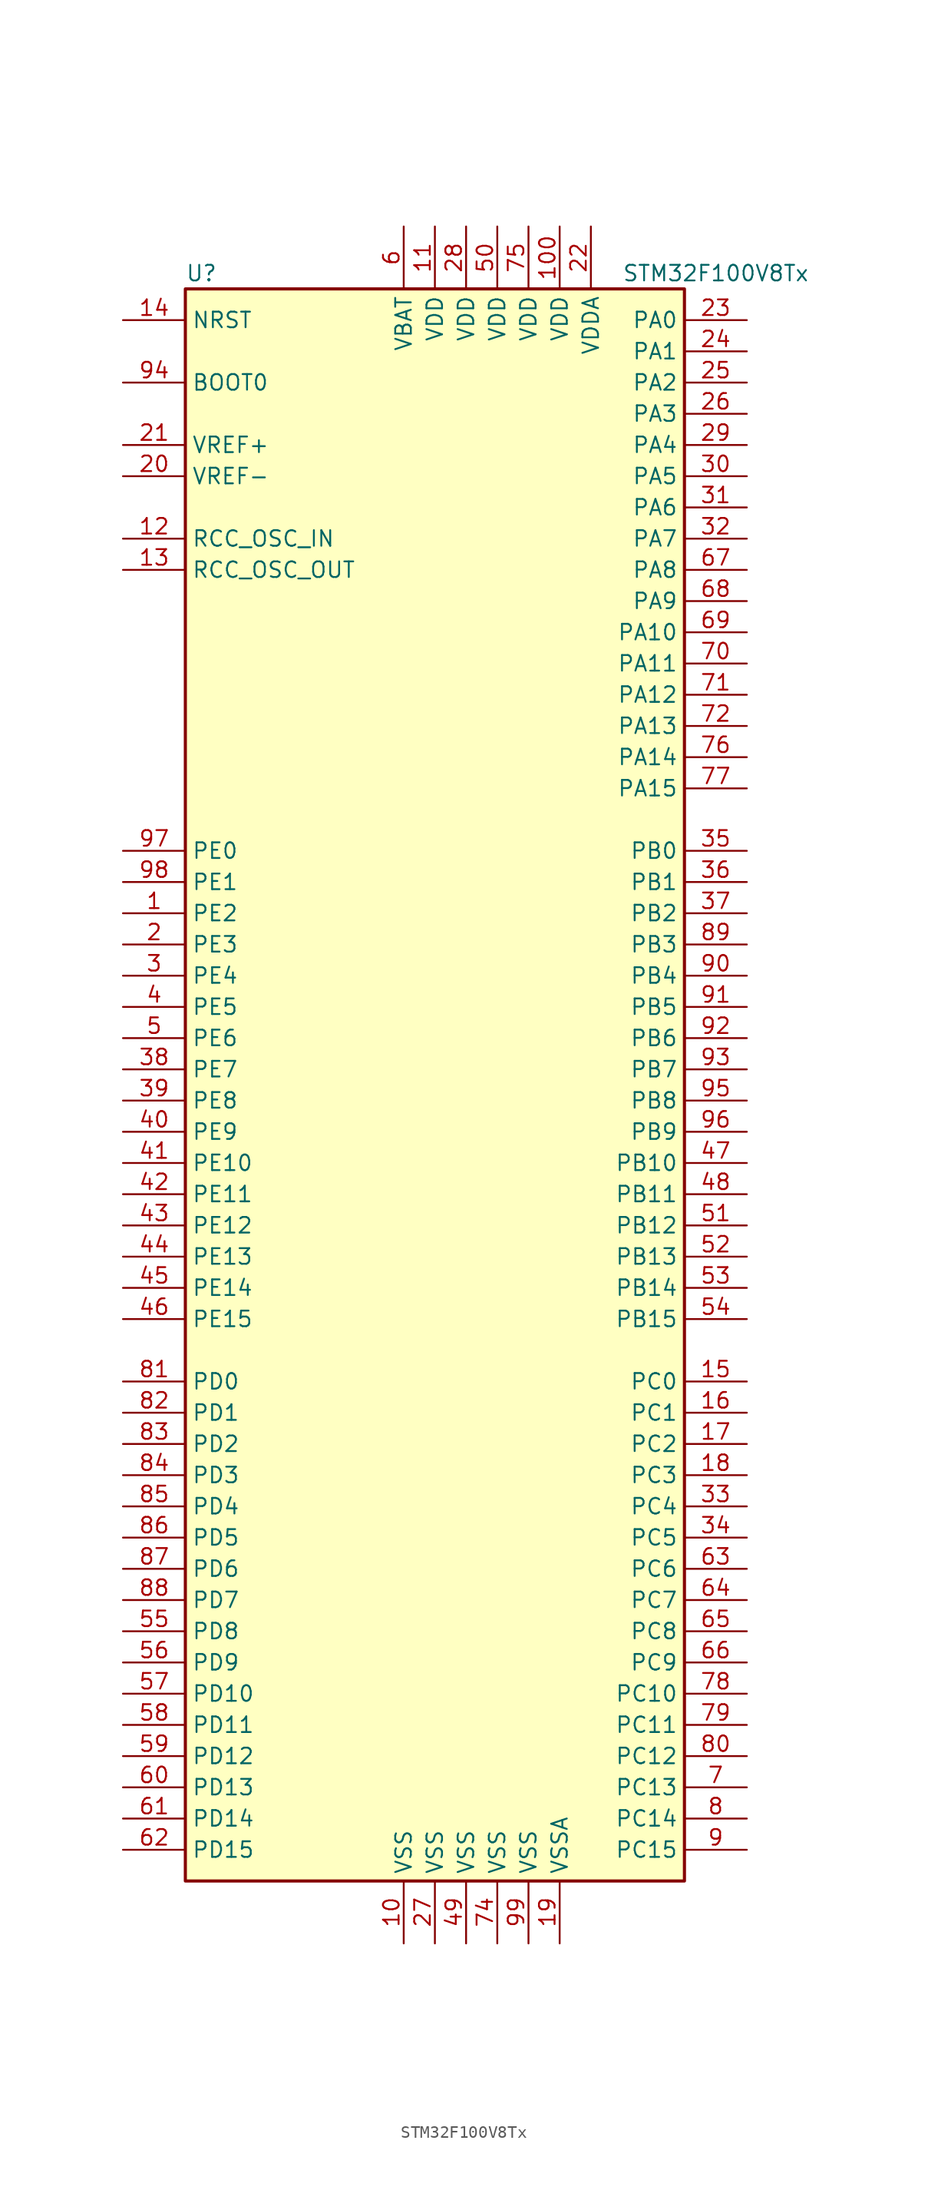
<source format=kicad_sym>
(kicad_symbol_lib
  (version 20201005)
  (generator kicad_symbol_editor)
  (symbol "STM32F100V8Tx"
    (property "Reference" "U"
      (at -20.32 64.77 0)
      (effects (font (size 1.27 1.27)) (justify left)))
    (property "Value" "STM32F100V8Tx"
      (at 15.24 64.77 0)
      (effects (font (size 1.27 1.27)) (justify left)))
    (symbol "STM32F100V8Tx_0_1"
      (rectangle (start -20.32 -66.04) (end 20.32 63.5) (stroke (width 0.254)) (fill (type background))))
    (symbol "STM32F100V8Tx_1_1"
      (pin input line (at -25.4 55.88 0) (length 5.08) (name "BOOT0" (effects (font (size 1.27 1.27)))) (number "94" (effects (font (size 1.27 1.27)))))
      (pin no_connect line (at -20.32 -63.5 0) (length 5.08) hide (name "NC" (effects (font (size 1.27 1.27)))) (number "73" (effects (font (size 1.27 1.27)))))
      (pin input line (at -25.4 60.96 0) (length 5.08) (name "NRST" (effects (font (size 1.27 1.27)))) (number "14" (effects (font (size 1.27 1.27)))))
      (pin bidirectional line (at 25.4 60.96 180) (length 5.08) (name "PA0" (effects (font (size 1.27 1.27)))) (number "23" (effects (font (size 1.27 1.27)))))
      (pin bidirectional line (at 25.4 58.42 180) (length 5.08) (name "PA1" (effects (font (size 1.27 1.27)))) (number "24" (effects (font (size 1.27 1.27)))))
      (pin bidirectional line (at 25.4 35.56 180) (length 5.08) (name "PA10" (effects (font (size 1.27 1.27)))) (number "69" (effects (font (size 1.27 1.27)))))
      (pin bidirectional line (at 25.4 33.02 180) (length 5.08) (name "PA11" (effects (font (size 1.27 1.27)))) (number "70" (effects (font (size 1.27 1.27)))))
      (pin bidirectional line (at 25.4 30.48 180) (length 5.08) (name "PA12" (effects (font (size 1.27 1.27)))) (number "71" (effects (font (size 1.27 1.27)))))
      (pin bidirectional line (at 25.4 27.94 180) (length 5.08) (name "PA13" (effects (font (size 1.27 1.27)))) (number "72" (effects (font (size 1.27 1.27)))))
      (pin bidirectional line (at 25.4 25.4 180) (length 5.08) (name "PA14" (effects (font (size 1.27 1.27)))) (number "76" (effects (font (size 1.27 1.27)))))
      (pin bidirectional line (at 25.4 22.86 180) (length 5.08) (name "PA15" (effects (font (size 1.27 1.27)))) (number "77" (effects (font (size 1.27 1.27)))))
      (pin bidirectional line (at 25.4 55.88 180) (length 5.08) (name "PA2" (effects (font (size 1.27 1.27)))) (number "25" (effects (font (size 1.27 1.27)))))
      (pin bidirectional line (at 25.4 53.34 180) (length 5.08) (name "PA3" (effects (font (size 1.27 1.27)))) (number "26" (effects (font (size 1.27 1.27)))))
      (pin bidirectional line (at 25.4 50.8 180) (length 5.08) (name "PA4" (effects (font (size 1.27 1.27)))) (number "29" (effects (font (size 1.27 1.27)))))
      (pin bidirectional line (at 25.4 48.26 180) (length 5.08) (name "PA5" (effects (font (size 1.27 1.27)))) (number "30" (effects (font (size 1.27 1.27)))))
      (pin bidirectional line (at 25.4 45.72 180) (length 5.08) (name "PA6" (effects (font (size 1.27 1.27)))) (number "31" (effects (font (size 1.27 1.27)))))
      (pin bidirectional line (at 25.4 43.18 180) (length 5.08) (name "PA7" (effects (font (size 1.27 1.27)))) (number "32" (effects (font (size 1.27 1.27)))))
      (pin bidirectional line (at 25.4 40.64 180) (length 5.08) (name "PA8" (effects (font (size 1.27 1.27)))) (number "67" (effects (font (size 1.27 1.27)))))
      (pin bidirectional line (at 25.4 38.1 180) (length 5.08) (name "PA9" (effects (font (size 1.27 1.27)))) (number "68" (effects (font (size 1.27 1.27)))))
      (pin bidirectional line (at 25.4 17.78 180) (length 5.08) (name "PB0" (effects (font (size 1.27 1.27)))) (number "35" (effects (font (size 1.27 1.27)))))
      (pin bidirectional line (at 25.4 15.24 180) (length 5.08) (name "PB1" (effects (font (size 1.27 1.27)))) (number "36" (effects (font (size 1.27 1.27)))))
      (pin bidirectional line (at 25.4 -7.62 180) (length 5.08) (name "PB10" (effects (font (size 1.27 1.27)))) (number "47" (effects (font (size 1.27 1.27)))))
      (pin bidirectional line (at 25.4 -10.16 180) (length 5.08) (name "PB11" (effects (font (size 1.27 1.27)))) (number "48" (effects (font (size 1.27 1.27)))))
      (pin bidirectional line (at 25.4 -12.7 180) (length 5.08) (name "PB12" (effects (font (size 1.27 1.27)))) (number "51" (effects (font (size 1.27 1.27)))))
      (pin bidirectional line (at 25.4 -15.24 180) (length 5.08) (name "PB13" (effects (font (size 1.27 1.27)))) (number "52" (effects (font (size 1.27 1.27)))))
      (pin bidirectional line (at 25.4 -17.78 180) (length 5.08) (name "PB14" (effects (font (size 1.27 1.27)))) (number "53" (effects (font (size 1.27 1.27)))))
      (pin bidirectional line (at 25.4 -20.32 180) (length 5.08) (name "PB15" (effects (font (size 1.27 1.27)))) (number "54" (effects (font (size 1.27 1.27)))))
      (pin bidirectional line (at 25.4 12.7 180) (length 5.08) (name "PB2" (effects (font (size 1.27 1.27)))) (number "37" (effects (font (size 1.27 1.27)))))
      (pin bidirectional line (at 25.4 10.16 180) (length 5.08) (name "PB3" (effects (font (size 1.27 1.27)))) (number "89" (effects (font (size 1.27 1.27)))))
      (pin bidirectional line (at 25.4 7.62 180) (length 5.08) (name "PB4" (effects (font (size 1.27 1.27)))) (number "90" (effects (font (size 1.27 1.27)))))
      (pin bidirectional line (at 25.4 5.08 180) (length 5.08) (name "PB5" (effects (font (size 1.27 1.27)))) (number "91" (effects (font (size 1.27 1.27)))))
      (pin bidirectional line (at 25.4 2.54 180) (length 5.08) (name "PB6" (effects (font (size 1.27 1.27)))) (number "92" (effects (font (size 1.27 1.27)))))
      (pin bidirectional line (at 25.4 0 180) (length 5.08) (name "PB7" (effects (font (size 1.27 1.27)))) (number "93" (effects (font (size 1.27 1.27)))))
      (pin bidirectional line (at 25.4 -2.54 180) (length 5.08) (name "PB8" (effects (font (size 1.27 1.27)))) (number "95" (effects (font (size 1.27 1.27)))))
      (pin bidirectional line (at 25.4 -5.08 180) (length 5.08) (name "PB9" (effects (font (size 1.27 1.27)))) (number "96" (effects (font (size 1.27 1.27)))))
      (pin bidirectional line (at 25.4 -25.4 180) (length 5.08) (name "PC0" (effects (font (size 1.27 1.27)))) (number "15" (effects (font (size 1.27 1.27)))))
      (pin bidirectional line (at 25.4 -27.94 180) (length 5.08) (name "PC1" (effects (font (size 1.27 1.27)))) (number "16" (effects (font (size 1.27 1.27)))))
      (pin bidirectional line (at 25.4 -50.8 180) (length 5.08) (name "PC10" (effects (font (size 1.27 1.27)))) (number "78" (effects (font (size 1.27 1.27)))))
      (pin bidirectional line (at 25.4 -53.34 180) (length 5.08) (name "PC11" (effects (font (size 1.27 1.27)))) (number "79" (effects (font (size 1.27 1.27)))))
      (pin bidirectional line (at 25.4 -55.88 180) (length 5.08) (name "PC12" (effects (font (size 1.27 1.27)))) (number "80" (effects (font (size 1.27 1.27)))))
      (pin bidirectional line (at 25.4 -58.42 180) (length 5.08) (name "PC13" (effects (font (size 1.27 1.27)))) (number "7" (effects (font (size 1.27 1.27)))))
      (pin bidirectional line (at 25.4 -60.96 180) (length 5.08) (name "PC14" (effects (font (size 1.27 1.27)))) (number "8" (effects (font (size 1.27 1.27)))))
      (pin bidirectional line (at 25.4 -63.5 180) (length 5.08) (name "PC15" (effects (font (size 1.27 1.27)))) (number "9" (effects (font (size 1.27 1.27)))))
      (pin bidirectional line (at 25.4 -30.48 180) (length 5.08) (name "PC2" (effects (font (size 1.27 1.27)))) (number "17" (effects (font (size 1.27 1.27)))))
      (pin bidirectional line (at 25.4 -33.02 180) (length 5.08) (name "PC3" (effects (font (size 1.27 1.27)))) (number "18" (effects (font (size 1.27 1.27)))))
      (pin bidirectional line (at 25.4 -35.56 180) (length 5.08) (name "PC4" (effects (font (size 1.27 1.27)))) (number "33" (effects (font (size 1.27 1.27)))))
      (pin bidirectional line (at 25.4 -38.1 180) (length 5.08) (name "PC5" (effects (font (size 1.27 1.27)))) (number "34" (effects (font (size 1.27 1.27)))))
      (pin bidirectional line (at 25.4 -40.64 180) (length 5.08) (name "PC6" (effects (font (size 1.27 1.27)))) (number "63" (effects (font (size 1.27 1.27)))))
      (pin bidirectional line (at 25.4 -43.18 180) (length 5.08) (name "PC7" (effects (font (size 1.27 1.27)))) (number "64" (effects (font (size 1.27 1.27)))))
      (pin bidirectional line (at 25.4 -45.72 180) (length 5.08) (name "PC8" (effects (font (size 1.27 1.27)))) (number "65" (effects (font (size 1.27 1.27)))))
      (pin bidirectional line (at 25.4 -48.26 180) (length 5.08) (name "PC9" (effects (font (size 1.27 1.27)))) (number "66" (effects (font (size 1.27 1.27)))))
      (pin bidirectional line (at -25.4 -25.4 0) (length 5.08) (name "PD0" (effects (font (size 1.27 1.27)))) (number "81" (effects (font (size 1.27 1.27)))))
      (pin bidirectional line (at -25.4 -27.94 0) (length 5.08) (name "PD1" (effects (font (size 1.27 1.27)))) (number "82" (effects (font (size 1.27 1.27)))))
      (pin bidirectional line (at -25.4 -50.8 0) (length 5.08) (name "PD10" (effects (font (size 1.27 1.27)))) (number "57" (effects (font (size 1.27 1.27)))))
      (pin bidirectional line (at -25.4 -53.34 0) (length 5.08) (name "PD11" (effects (font (size 1.27 1.27)))) (number "58" (effects (font (size 1.27 1.27)))))
      (pin bidirectional line (at -25.4 -55.88 0) (length 5.08) (name "PD12" (effects (font (size 1.27 1.27)))) (number "59" (effects (font (size 1.27 1.27)))))
      (pin bidirectional line (at -25.4 -58.42 0) (length 5.08) (name "PD13" (effects (font (size 1.27 1.27)))) (number "60" (effects (font (size 1.27 1.27)))))
      (pin bidirectional line (at -25.4 -60.96 0) (length 5.08) (name "PD14" (effects (font (size 1.27 1.27)))) (number "61" (effects (font (size 1.27 1.27)))))
      (pin bidirectional line (at -25.4 -63.5 0) (length 5.08) (name "PD15" (effects (font (size 1.27 1.27)))) (number "62" (effects (font (size 1.27 1.27)))))
      (pin bidirectional line (at -25.4 -30.48 0) (length 5.08) (name "PD2" (effects (font (size 1.27 1.27)))) (number "83" (effects (font (size 1.27 1.27)))))
      (pin bidirectional line (at -25.4 -33.02 0) (length 5.08) (name "PD3" (effects (font (size 1.27 1.27)))) (number "84" (effects (font (size 1.27 1.27)))))
      (pin bidirectional line (at -25.4 -35.56 0) (length 5.08) (name "PD4" (effects (font (size 1.27 1.27)))) (number "85" (effects (font (size 1.27 1.27)))))
      (pin bidirectional line (at -25.4 -38.1 0) (length 5.08) (name "PD5" (effects (font (size 1.27 1.27)))) (number "86" (effects (font (size 1.27 1.27)))))
      (pin bidirectional line (at -25.4 -40.64 0) (length 5.08) (name "PD6" (effects (font (size 1.27 1.27)))) (number "87" (effects (font (size 1.27 1.27)))))
      (pin bidirectional line (at -25.4 -43.18 0) (length 5.08) (name "PD7" (effects (font (size 1.27 1.27)))) (number "88" (effects (font (size 1.27 1.27)))))
      (pin bidirectional line (at -25.4 -45.72 0) (length 5.08) (name "PD8" (effects (font (size 1.27 1.27)))) (number "55" (effects (font (size 1.27 1.27)))))
      (pin bidirectional line (at -25.4 -48.26 0) (length 5.08) (name "PD9" (effects (font (size 1.27 1.27)))) (number "56" (effects (font (size 1.27 1.27)))))
      (pin bidirectional line (at -25.4 17.78 0) (length 5.08) (name "PE0" (effects (font (size 1.27 1.27)))) (number "97" (effects (font (size 1.27 1.27)))))
      (pin bidirectional line (at -25.4 15.24 0) (length 5.08) (name "PE1" (effects (font (size 1.27 1.27)))) (number "98" (effects (font (size 1.27 1.27)))))
      (pin bidirectional line (at -25.4 -7.62 0) (length 5.08) (name "PE10" (effects (font (size 1.27 1.27)))) (number "41" (effects (font (size 1.27 1.27)))))
      (pin bidirectional line (at -25.4 -10.16 0) (length 5.08) (name "PE11" (effects (font (size 1.27 1.27)))) (number "42" (effects (font (size 1.27 1.27)))))
      (pin bidirectional line (at -25.4 -12.7 0) (length 5.08) (name "PE12" (effects (font (size 1.27 1.27)))) (number "43" (effects (font (size 1.27 1.27)))))
      (pin bidirectional line (at -25.4 -15.24 0) (length 5.08) (name "PE13" (effects (font (size 1.27 1.27)))) (number "44" (effects (font (size 1.27 1.27)))))
      (pin bidirectional line (at -25.4 -17.78 0) (length 5.08) (name "PE14" (effects (font (size 1.27 1.27)))) (number "45" (effects (font (size 1.27 1.27)))))
      (pin bidirectional line (at -25.4 -20.32 0) (length 5.08) (name "PE15" (effects (font (size 1.27 1.27)))) (number "46" (effects (font (size 1.27 1.27)))))
      (pin bidirectional line (at -25.4 12.7 0) (length 5.08) (name "PE2" (effects (font (size 1.27 1.27)))) (number "1" (effects (font (size 1.27 1.27)))))
      (pin bidirectional line (at -25.4 10.16 0) (length 5.08) (name "PE3" (effects (font (size 1.27 1.27)))) (number "2" (effects (font (size 1.27 1.27)))))
      (pin bidirectional line (at -25.4 7.62 0) (length 5.08) (name "PE4" (effects (font (size 1.27 1.27)))) (number "3" (effects (font (size 1.27 1.27)))))
      (pin bidirectional line (at -25.4 5.08 0) (length 5.08) (name "PE5" (effects (font (size 1.27 1.27)))) (number "4" (effects (font (size 1.27 1.27)))))
      (pin bidirectional line (at -25.4 2.54 0) (length 5.08) (name "PE6" (effects (font (size 1.27 1.27)))) (number "5" (effects (font (size 1.27 1.27)))))
      (pin bidirectional line (at -25.4 0 0) (length 5.08) (name "PE7" (effects (font (size 1.27 1.27)))) (number "38" (effects (font (size 1.27 1.27)))))
      (pin bidirectional line (at -25.4 -2.54 0) (length 5.08) (name "PE8" (effects (font (size 1.27 1.27)))) (number "39" (effects (font (size 1.27 1.27)))))
      (pin bidirectional line (at -25.4 -5.08 0) (length 5.08) (name "PE9" (effects (font (size 1.27 1.27)))) (number "40" (effects (font (size 1.27 1.27)))))
      (pin input line (at -25.4 43.18 0) (length 5.08) (name "RCC_OSC_IN" (effects (font (size 1.27 1.27)))) (number "12" (effects (font (size 1.27 1.27)))))
      (pin input line (at -25.4 40.64 0) (length 5.08) (name "RCC_OSC_OUT" (effects (font (size 1.27 1.27)))) (number "13" (effects (font (size 1.27 1.27)))))
      (pin power_in line (at -2.54 68.58 270) (length 5.08) (name "VBAT" (effects (font (size 1.27 1.27)))) (number "6" (effects (font (size 1.27 1.27)))))
      (pin power_in line (at 10.16 68.58 270) (length 5.08) (name "VDD" (effects (font (size 1.27 1.27)))) (number "100" (effects (font (size 1.27 1.27)))))
      (pin power_in line (at 0 68.58 270) (length 5.08) (name "VDD" (effects (font (size 1.27 1.27)))) (number "11" (effects (font (size 1.27 1.27)))))
      (pin power_in line (at 2.54 68.58 270) (length 5.08) (name "VDD" (effects (font (size 1.27 1.27)))) (number "28" (effects (font (size 1.27 1.27)))))
      (pin power_in line (at 5.08 68.58 270) (length 5.08) (name "VDD" (effects (font (size 1.27 1.27)))) (number "50" (effects (font (size 1.27 1.27)))))
      (pin power_in line (at 7.62 68.58 270) (length 5.08) (name "VDD" (effects (font (size 1.27 1.27)))) (number "75" (effects (font (size 1.27 1.27)))))
      (pin power_in line (at 12.7 68.58 270) (length 5.08) (name "VDDA" (effects (font (size 1.27 1.27)))) (number "22" (effects (font (size 1.27 1.27)))))
      (pin power_in line (at -25.4 50.8 0) (length 5.08) (name "VREF+" (effects (font (size 1.27 1.27)))) (number "21" (effects (font (size 1.27 1.27)))))
      (pin power_in line (at -25.4 48.26 0) (length 5.08) (name "VREF-" (effects (font (size 1.27 1.27)))) (number "20" (effects (font (size 1.27 1.27)))))
      (pin power_in line (at -2.54 -71.12 90) (length 5.08) (name "VSS" (effects (font (size 1.27 1.27)))) (number "10" (effects (font (size 1.27 1.27)))))
      (pin power_in line (at 0 -71.12 90) (length 5.08) (name "VSS" (effects (font (size 1.27 1.27)))) (number "27" (effects (font (size 1.27 1.27)))))
      (pin power_in line (at 2.54 -71.12 90) (length 5.08) (name "VSS" (effects (font (size 1.27 1.27)))) (number "49" (effects (font (size 1.27 1.27)))))
      (pin power_in line (at 5.08 -71.12 90) (length 5.08) (name "VSS" (effects (font (size 1.27 1.27)))) (number "74" (effects (font (size 1.27 1.27)))))
      (pin power_in line (at 7.62 -71.12 90) (length 5.08) (name "VSS" (effects (font (size 1.27 1.27)))) (number "99" (effects (font (size 1.27 1.27)))))
      (pin power_in line (at 10.16 -71.12 90) (length 5.08) (name "VSSA" (effects (font (size 1.27 1.27)))) (number "19" (effects (font (size 1.27 1.27))))))))
</source>
